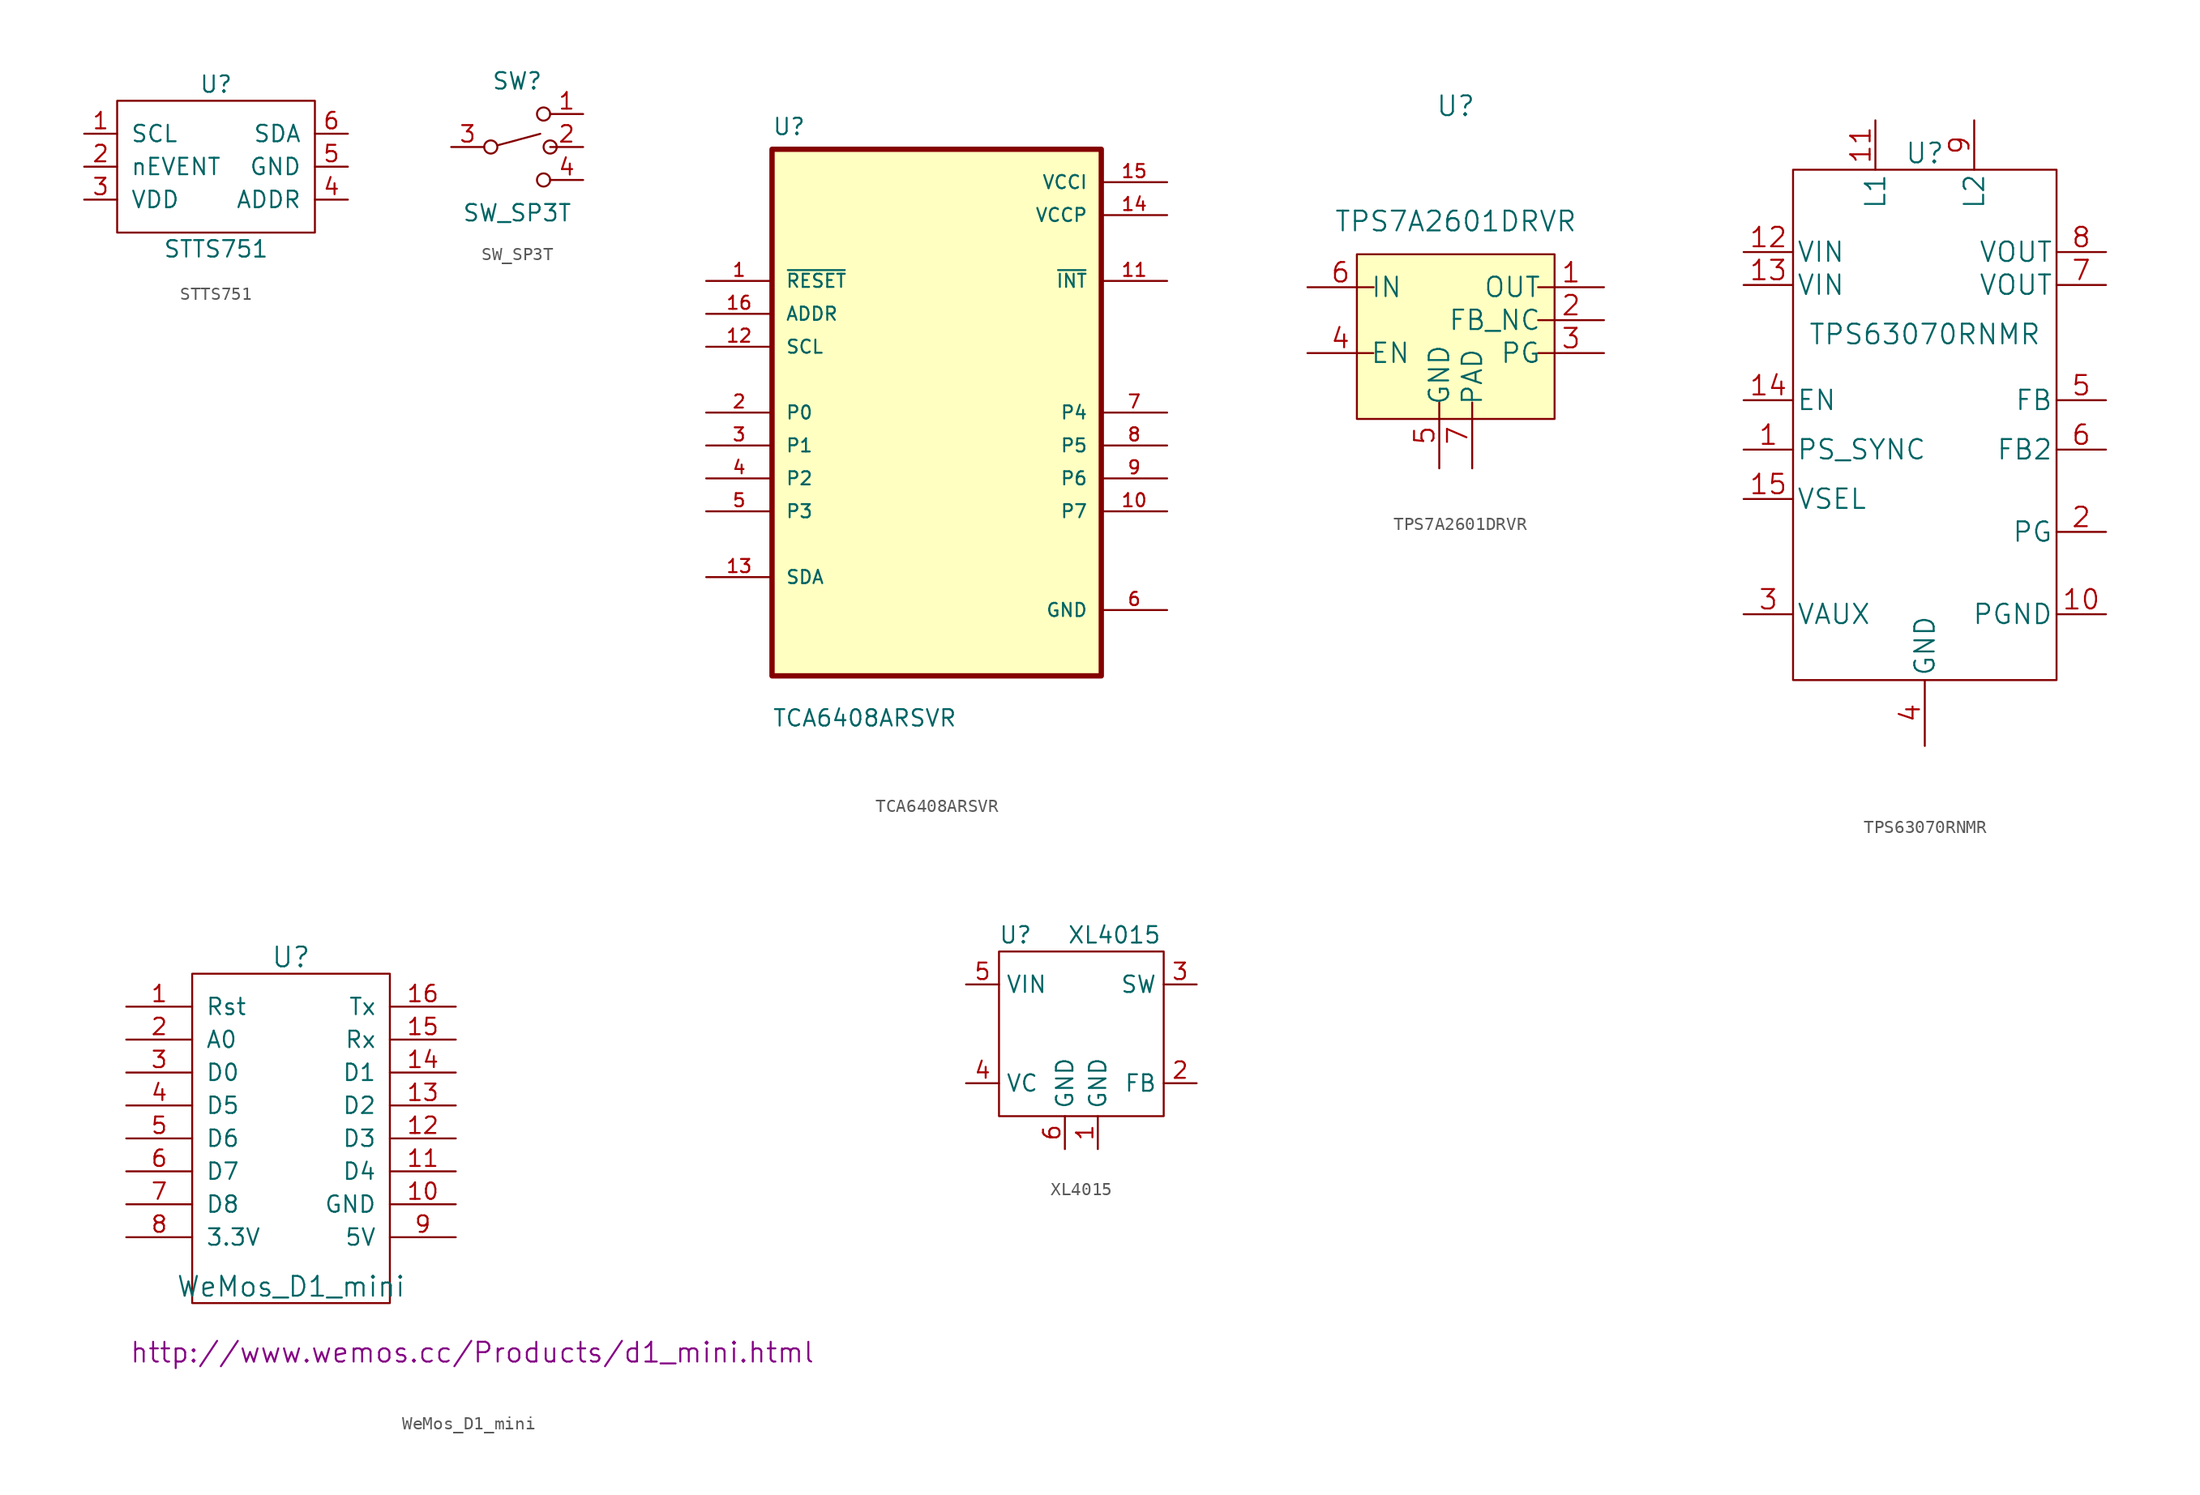
<source format=kicad_sym>
(kicad_symbol_lib
  (version 20231120)
  (generator "kicad_symbol_editor")
  (generator_version "8.0")
  (symbol "STTS751"
    (pin_names
      (offset 1.016))
    (property "Reference" "U"
      (at 0 6.35 0)
      (effects (font (size 1.27 1.27))))
    (property "Value" "STTS751"
      (at 0 -6.35 0)
      (effects (font (size 1.27 1.27))))
    (symbol "STTS751_0_0"
      (pin input line (at -10.16 2.54 0) (length 2.54) (name "SCL" (effects (font (size 1.27 1.27)))) (number "1" (effects (font (size 1.27 1.27)))))
      (pin output line (at -10.16 0 0) (length 2.54) (name "nEVENT" (effects (font (size 1.27 1.27)))) (number "2" (effects (font (size 1.27 1.27)))))
      (pin power_in line (at -10.16 -2.54 0) (length 2.54) (name "VDD" (effects (font (size 1.27 1.27)))) (number "3" (effects (font (size 1.27 1.27)))))
      (pin output line (at 10.16 -2.54 180) (length 2.54) (name "ADDR" (effects (font (size 1.27 1.27)))) (number "4" (effects (font (size 1.27 1.27)))))
      (pin power_in line (at 10.16 0 180) (length 2.54) (name "GND" (effects (font (size 1.27 1.27)))) (number "5" (effects (font (size 1.27 1.27)))))
      (pin bidirectional line (at 10.16 2.54 180) (length 2.54) (name "SDA" (effects (font (size 1.27 1.27)))) (number "6" (effects (font (size 1.27 1.27))))))
    (symbol "STTS751_0_1"
      (rectangle (start -7.62 5.08) (end 7.62 -5.08) (stroke (width 0) (type default)) (fill (type none)))))
  (symbol "SW_SP3T"
    (pin_names
      (offset 0) hide)
    (property "Reference" "SW"
      (at 0 5.08 0)
      (effects (font (size 1.27 1.27))))
    (property "Value" "SW_SP3T"
      (at 0 -5.08 0)
      (effects (font (size 1.27 1.27))))
    (symbol "SW_SP3T_0_0"
      (circle (center -2.032 0) (radius 0.508) (stroke (width 0) (type default)) (fill (type none)))
      (polyline (pts (xy -1.524 0.127) (xy 1.778 1.016)) (stroke (width 0) (type default)) (fill (type none)))
      (circle (center 2.032 -2.54) (radius 0.508) (stroke (width 0) (type default)) (fill (type none))))
    (symbol "SW_SP3T_0_1"
      (circle (center 2.032 2.54) (radius 0.508) (stroke (width 0) (type default)) (fill (type none)))
      (circle (center 2.54 0) (radius 0.508) (stroke (width 0) (type default)) (fill (type none))))
    (symbol "SW_SP3T_1_1"
      (pin passive line (at 5.08 2.54 180) (length 2.54) (name "1" (effects (font (size 1.27 1.27)))) (number "1" (effects (font (size 1.27 1.27)))))
      (pin passive line (at 5.08 0 180) (length 2.54) (name "2" (effects (font (size 1.27 1.27)))) (number "2" (effects (font (size 1.27 1.27)))))
      (pin passive line (at -5.08 0 0) (length 2.54) (name "3" (effects (font (size 1.27 1.27)))) (number "3" (effects (font (size 1.27 1.27)))))
      (pin passive line (at 5.08 -2.54 180) (length 2.54) (name "4" (effects (font (size 1.27 1.27)))) (number "4" (effects (font (size 1.27 1.27)))))))
  (symbol "TCA6408ARSVR"
    (pin_names
      (offset 1.016))
    (property "Reference" "U"
      (at -12.7 21.32 0)
      (effects (font (size 1.27 1.27)) (justify left bottom)))
    (property "Value" "TCA6408ARSVR"
      (at -12.7 -24.32 0)
      (effects (font (size 1.27 1.27)) (justify left bottom)))
    (symbol "TCA6408ARSVR_0_0"
      (rectangle (start -12.7 -20.32) (end 12.7 20.32) (stroke (width 0.41) (type default)) (fill (type background)))
      (pin input line (at -17.78 10.16 0) (length 5.08) (name "~{RESET}" (effects (font (size 1.016 1.016)))) (number "1" (effects (font (size 1.016 1.016)))))
      (pin bidirectional line (at 17.78 -7.62 180) (length 5.08) (name "P7" (effects (font (size 1.016 1.016)))) (number "10" (effects (font (size 1.016 1.016)))))
      (pin output line (at 17.78 10.16 180) (length 5.08) (name "~{INT}" (effects (font (size 1.016 1.016)))) (number "11" (effects (font (size 1.016 1.016)))))
      (pin input line (at -17.78 5.08 0) (length 5.08) (name "SCL" (effects (font (size 1.016 1.016)))) (number "12" (effects (font (size 1.016 1.016)))))
      (pin bidirectional line (at -17.78 -12.7 0) (length 5.08) (name "SDA" (effects (font (size 1.016 1.016)))) (number "13" (effects (font (size 1.016 1.016)))))
      (pin power_in line (at 17.78 15.24 180) (length 5.08) (name "VCCP" (effects (font (size 1.016 1.016)))) (number "14" (effects (font (size 1.016 1.016)))))
      (pin power_in line (at 17.78 17.78 180) (length 5.08) (name "VCCI" (effects (font (size 1.016 1.016)))) (number "15" (effects (font (size 1.016 1.016)))))
      (pin input line (at -17.78 7.62 0) (length 5.08) (name "ADDR" (effects (font (size 1.016 1.016)))) (number "16" (effects (font (size 1.016 1.016)))))
      (pin bidirectional line (at -17.78 0 0) (length 5.08) (name "P0" (effects (font (size 1.016 1.016)))) (number "2" (effects (font (size 1.016 1.016)))))
      (pin bidirectional line (at -17.78 -2.54 0) (length 5.08) (name "P1" (effects (font (size 1.016 1.016)))) (number "3" (effects (font (size 1.016 1.016)))))
      (pin bidirectional line (at -17.78 -5.08 0) (length 5.08) (name "P2" (effects (font (size 1.016 1.016)))) (number "4" (effects (font (size 1.016 1.016)))))
      (pin bidirectional line (at -17.78 -7.62 0) (length 5.08) (name "P3" (effects (font (size 1.016 1.016)))) (number "5" (effects (font (size 1.016 1.016)))))
      (pin power_in line (at 17.78 -15.24 180) (length 5.08) (name "GND" (effects (font (size 1.016 1.016)))) (number "6" (effects (font (size 1.016 1.016)))))
      (pin bidirectional line (at 17.78 0 180) (length 5.08) (name "P4" (effects (font (size 1.016 1.016)))) (number "7" (effects (font (size 1.016 1.016)))))
      (pin bidirectional line (at 17.78 -2.54 180) (length 5.08) (name "P5" (effects (font (size 1.016 1.016)))) (number "8" (effects (font (size 1.016 1.016)))))
      (pin bidirectional line (at 17.78 -5.08 180) (length 5.08) (name "P6" (effects (font (size 1.016 1.016)))) (number "9" (effects (font (size 1.016 1.016)))))))
  (symbol "TPS7A2601DRVR"
    (pin_names
      (offset -0.254))
    (property "Reference" "U"
      (at 0 16.51 0)
      (effects (font (size 1.524 1.524))))
    (property "Value" "TPS7A2601DRVR"
      (at 0 7.62 0)
      (effects (font (size 1.524 1.524))))
    (property "Datasheet" ""
      (at 0 0 0)
      (effects (font (size 1.524 1.524))))
    (symbol "TPS7A2601DRVR_0_1"
      (rectangle (start -7.62 5.08) (end 7.62 -7.62) (stroke (width 0) (type default)) (fill (type background))))
    (symbol "TPS7A2601DRVR_1_1"
      (pin power_in line (at 11.43 2.54 180) (length 5.08) (name "OUT" (effects (font (size 1.499 1.499)))) (number "1" (effects (font (size 1.499 1.499)))))
      (pin input line (at 11.43 0 180) (length 5.08) (name "FB_NC" (effects (font (size 1.499 1.499)))) (number "2" (effects (font (size 1.499 1.499)))))
      (pin open_collector line (at 11.43 -2.54 180) (length 5.08) (name "PG" (effects (font (size 1.499 1.499)))) (number "3" (effects (font (size 1.499 1.499)))))
      (pin input line (at -11.43 -2.54 0) (length 5.08) (name "EN" (effects (font (size 1.499 1.499)))) (number "4" (effects (font (size 1.499 1.499)))))
      (pin power_in line (at -1.27 -11.43 90) (length 5.08) (name "GND" (effects (font (size 1.499 1.499)))) (number "5" (effects (font (size 1.499 1.499)))))
      (pin power_in line (at -11.43 2.54 0) (length 5.105) (name "IN" (effects (font (size 1.499 1.499)))) (number "6" (effects (font (size 1.499 1.499)))))
      (pin unspecified line (at 1.27 -11.43 90) (length 5.08) (name "PAD" (effects (font (size 1.499 1.499)))) (number "7" (effects (font (size 1.499 1.499)))))))
  (symbol "TPS63070RNMR"
    (pin_names
      (offset 0.254))
    (property "Reference" "U"
      (at 0 24.13 0)
      (effects (font (size 1.524 1.524))))
    (property "Value" "TPS63070RNMR"
      (at 0 10.16 0)
      (effects (font (size 1.524 1.524))))
    (symbol "TPS63070RNMR_0_1"
      (rectangle (start -10.16 22.86) (end 10.16 -16.51) (stroke (width 0) (type default)) (fill (type none))))
    (symbol "TPS63070RNMR_1_1"
      (pin input line (at -13.97 1.27 0) (length 3.81) (name "PS_SYNC" (effects (font (size 1.499 1.499)))) (number "1" (effects (font (size 1.499 1.499)))))
      (pin power_in line (at 13.97 -11.43 180) (length 3.81) (name "PGND" (effects (font (size 1.499 1.499)))) (number "10" (effects (font (size 1.499 1.499)))))
      (pin unspecified line (at -3.81 26.67 270) (length 3.81) (name "L1" (effects (font (size 1.499 1.499)))) (number "11" (effects (font (size 1.499 1.499)))))
      (pin power_in line (at -13.97 16.51 0) (length 3.81) (name "VIN" (effects (font (size 1.499 1.499)))) (number "12" (effects (font (size 1.499 1.499)))))
      (pin power_in line (at -13.97 13.97 0) (length 3.81) (name "VIN" (effects (font (size 1.499 1.499)))) (number "13" (effects (font (size 1.499 1.499)))))
      (pin input line (at -13.97 5.08 0) (length 3.81) (name "EN" (effects (font (size 1.499 1.499)))) (number "14" (effects (font (size 1.499 1.499)))))
      (pin input line (at -13.97 -2.54 0) (length 3.81) (name "VSEL" (effects (font (size 1.499 1.499)))) (number "15" (effects (font (size 1.499 1.499)))))
      (pin open_collector line (at 13.97 -5.08 180) (length 3.81) (name "PG" (effects (font (size 1.499 1.499)))) (number "2" (effects (font (size 1.499 1.499)))))
      (pin unspecified line (at -13.97 -11.43 0) (length 3.81) (name "VAUX" (effects (font (size 1.499 1.499)))) (number "3" (effects (font (size 1.499 1.499)))))
      (pin power_in line (at 0 -21.59 90) (length 5.08) (name "GND" (effects (font (size 1.499 1.499)))) (number "4" (effects (font (size 1.499 1.499)))))
      (pin output line (at 13.97 5.08 180) (length 3.81) (name "FB" (effects (font (size 1.499 1.499)))) (number "5" (effects (font (size 1.499 1.499)))))
      (pin input line (at 13.97 1.27 180) (length 3.81) (name "FB2" (effects (font (size 1.499 1.499)))) (number "6" (effects (font (size 1.499 1.499)))))
      (pin power_in line (at 13.97 13.97 180) (length 3.81) (name "VOUT" (effects (font (size 1.499 1.499)))) (number "7" (effects (font (size 1.499 1.499)))))
      (pin power_in line (at 13.97 16.51 180) (length 3.81) (name "VOUT" (effects (font (size 1.499 1.499)))) (number "8" (effects (font (size 1.499 1.499)))))
      (pin unspecified line (at 3.81 26.67 270) (length 3.81) (name "L2" (effects (font (size 1.499 1.499)))) (number "9" (effects (font (size 1.499 1.499)))))))
  (symbol "WeMos_D1_mini"
    (pin_names
      (offset 1.016))
    (property "Reference" "U"
      (at 0 12.7 0)
      (effects (font (size 1.524 1.524))))
    (property "Value" "WeMos_D1_mini"
      (at 0 -12.7 0)
      (effects (font (size 1.524 1.524))))
    (property "Footprint" ""
      (at 13.97 -17.78 0)
      (effects (font (size 1.524 1.524))))
    (property "Datasheet" "http://www.wemos.cc/Products/d1_mini.html"
      (at 13.97 -17.78 0)
      (effects (font (size 1.524 1.524))))
    (symbol "WeMos_D1_mini_0_1"
      (rectangle (start -7.62 11.43) (end 7.62 -13.97) (stroke (width 0) (type default)) (fill (type none))))
    (symbol "WeMos_D1_mini_1_1"
      (pin bidirectional line (at -12.7 8.89 0) (length 5.08) (name "Rst" (effects (font (size 1.27 1.27)))) (number "1" (effects (font (size 1.27 1.27)))))
      (pin power_in line (at 12.7 -6.35 180) (length 5.08) (name "GND" (effects (font (size 1.27 1.27)))) (number "10" (effects (font (size 1.27 1.27)))))
      (pin bidirectional line (at 12.7 -3.81 180) (length 5.08) (name "D4" (effects (font (size 1.27 1.27)))) (number "11" (effects (font (size 1.27 1.27)))))
      (pin bidirectional line (at 12.7 -1.27 180) (length 5.08) (name "D3" (effects (font (size 1.27 1.27)))) (number "12" (effects (font (size 1.27 1.27)))))
      (pin bidirectional line (at 12.7 1.27 180) (length 5.08) (name "D2" (effects (font (size 1.27 1.27)))) (number "13" (effects (font (size 1.27 1.27)))))
      (pin bidirectional line (at 12.7 3.81 180) (length 5.08) (name "D1" (effects (font (size 1.27 1.27)))) (number "14" (effects (font (size 1.27 1.27)))))
      (pin bidirectional line (at 12.7 6.35 180) (length 5.08) (name "Rx" (effects (font (size 1.27 1.27)))) (number "15" (effects (font (size 1.27 1.27)))))
      (pin bidirectional line (at 12.7 8.89 180) (length 5.08) (name "Tx" (effects (font (size 1.27 1.27)))) (number "16" (effects (font (size 1.27 1.27)))))
      (pin bidirectional line (at -12.7 6.35 0) (length 5.08) (name "A0" (effects (font (size 1.27 1.27)))) (number "2" (effects (font (size 1.27 1.27)))))
      (pin bidirectional line (at -12.7 3.81 0) (length 5.08) (name "D0" (effects (font (size 1.27 1.27)))) (number "3" (effects (font (size 1.27 1.27)))))
      (pin bidirectional line (at -12.7 1.27 0) (length 5.08) (name "D5" (effects (font (size 1.27 1.27)))) (number "4" (effects (font (size 1.27 1.27)))))
      (pin bidirectional line (at -12.7 -1.27 0) (length 5.08) (name "D6" (effects (font (size 1.27 1.27)))) (number "5" (effects (font (size 1.27 1.27)))))
      (pin bidirectional line (at -12.7 -3.81 0) (length 5.08) (name "D7" (effects (font (size 1.27 1.27)))) (number "6" (effects (font (size 1.27 1.27)))))
      (pin bidirectional line (at -12.7 -6.35 0) (length 5.08) (name "D8" (effects (font (size 1.27 1.27)))) (number "7" (effects (font (size 1.27 1.27)))))
      (pin power_out line (at -12.7 -8.89 0) (length 5.08) (name "3.3V" (effects (font (size 1.27 1.27)))) (number "8" (effects (font (size 1.27 1.27)))))
      (pin power_in line (at 12.7 -8.89 180) (length 5.08) (name "5V" (effects (font (size 1.27 1.27)))) (number "9" (effects (font (size 1.27 1.27)))))))
  (symbol "XL4015"
    (property "Reference" "U"
      (at -5.08 7.62 0)
      (effects (font (size 1.27 1.27))))
    (property "Value" "XL4015"
      (at 2.54 7.62 0)
      (effects (font (size 1.27 1.27))))
    (symbol "XL4015_0_1"
      (rectangle (start -6.35 6.35) (end 6.35 -6.35) (stroke (width 0) (type default)) (fill (type none))))
    (symbol "XL4015_1_1"
      (pin input line (at 1.27 -8.89 90) (length 2.54) (name "GND" (effects (font (size 1.27 1.27)))) (number "1" (effects (font (size 1.27 1.27)))))
      (pin input line (at 8.89 -3.81 180) (length 2.54) (name "FB" (effects (font (size 1.27 1.27)))) (number "2" (effects (font (size 1.27 1.27)))))
      (pin input line (at 8.89 3.81 180) (length 2.54) (name "SW" (effects (font (size 1.27 1.27)))) (number "3" (effects (font (size 1.27 1.27)))))
      (pin input line (at -8.89 -3.81 0) (length 2.54) (name "VC" (effects (font (size 1.27 1.27)))) (number "4" (effects (font (size 1.27 1.27)))))
      (pin power_in line (at -8.89 3.81 0) (length 2.54) (name "VIN" (effects (font (size 1.27 1.27)))) (number "5" (effects (font (size 1.27 1.27)))))
      (pin input line (at -1.27 -8.89 90) (length 2.54) (name "GND" (effects (font (size 1.27 1.27)))) (number "6" (effects (font (size 1.27 1.27))))))))
</source>
